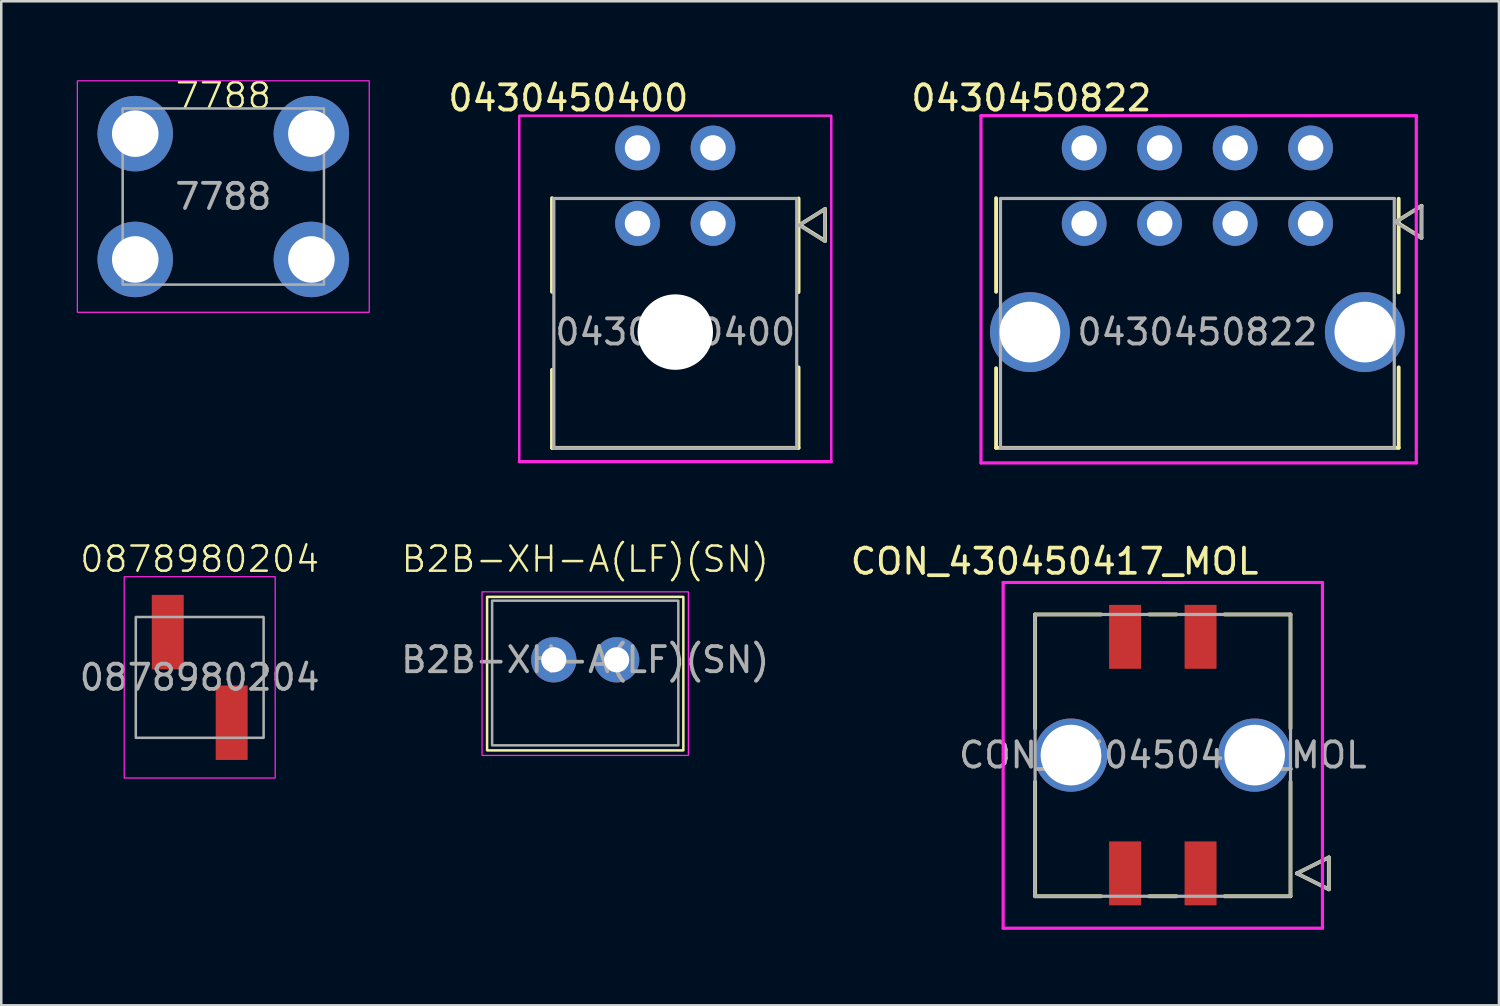
<source format=kicad_pcb>
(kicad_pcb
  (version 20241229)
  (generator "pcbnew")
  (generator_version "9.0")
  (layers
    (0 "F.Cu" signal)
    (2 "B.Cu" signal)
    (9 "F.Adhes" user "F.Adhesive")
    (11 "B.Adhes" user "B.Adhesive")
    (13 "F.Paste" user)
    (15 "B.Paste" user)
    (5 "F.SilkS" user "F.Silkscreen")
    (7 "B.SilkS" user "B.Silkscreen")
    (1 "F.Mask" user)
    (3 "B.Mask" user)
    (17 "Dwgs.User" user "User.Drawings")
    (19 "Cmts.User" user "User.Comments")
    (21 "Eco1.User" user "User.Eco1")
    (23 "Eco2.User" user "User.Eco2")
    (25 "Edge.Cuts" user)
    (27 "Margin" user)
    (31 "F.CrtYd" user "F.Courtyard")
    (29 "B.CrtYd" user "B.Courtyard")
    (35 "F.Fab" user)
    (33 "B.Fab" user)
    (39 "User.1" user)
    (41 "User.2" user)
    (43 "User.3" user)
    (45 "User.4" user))
  (footprint "0430450400"
    (layer "F.Cu")
    (at 23.787 10.148)
    (property "Reference" "0430450400" (at -4.25 -9.3 0) (unlocked yes) (layer "F.SilkS") (effects (font (size 1 1) (thickness 0.15))))
    (attr smd)
    (fp_line (start -4.9 -5.322) (end -4.9 -1.6) (stroke (width 0.152) (type solid)) (layer "F.SilkS"))
    (fp_line (start -4.9 1.5) (end -4.9 4.6) (stroke (width 0.152) (type solid)) (layer "F.SilkS"))
    (fp_line (start -4.9 4.6) (end 4.9 4.6) (stroke (width 0.152) (type solid)) (layer "F.SilkS"))
    (fp_line (start 4.9 -1.589) (end 4.9 -5.311) (stroke (width 0.152) (type solid)) (layer "F.SilkS"))
    (fp_line (start 4.9 4.6) (end 4.9 1.4) (stroke (width 0.152) (type solid)) (layer "F.SilkS"))
    (fp_line (start 4.938 -4.259) (end 5.954 -4.894) (stroke (width 0.152) (type solid)) (layer "F.SilkS"))
    (fp_line (start 5.954 -4.894) (end 5.954 -3.624) (stroke (width 0.152) (type solid)) (layer "F.SilkS"))
    (fp_line (start 5.954 -3.624) (end 4.938 -4.259) (stroke (width 0.152) (type solid)) (layer "F.SilkS"))
    (fp_line (start -6.2 5.15) (end 6.2 5.15) (stroke (width 0.127) (type solid)) (layer "F.CrtYd"))
    (fp_rect (start -6.2 -8.6) (end 6.2 5.15) (stroke (width 0.1) (type default)) (fill no) (layer "F.CrtYd"))
    (fp_line (start -4.826 -5.31) (end -4.826 4.6) (stroke (width 0.127) (type solid)) (layer "F.Fab"))
    (fp_line (start -4.826 4.6) (end 4.826 4.6) (stroke (width 0.127) (type solid)) (layer "F.Fab"))
    (fp_line (start 4.826 -5.31) (end -4.826 -5.31) (stroke (width 0.127) (type solid)) (layer "F.Fab"))
    (fp_line (start 4.826 4.6) (end 4.826 -5.31) (stroke (width 0.127) (type solid)) (layer "F.Fab"))
    (fp_line (start 4.938 -4.259) (end 5.954 -4.894) (stroke (width 0.127) (type solid)) (layer "F.Fab"))
    (fp_line (start 5.946 -3.606) (end 4.93 -4.241) (stroke (width 0.127) (type solid)) (layer "F.Fab"))
    (fp_line (start 5.954 -4.894) (end 5.946 -3.606) (stroke (width 0.127) (type solid)) (layer "F.Fab"))
    (fp_text user "${REFERENCE}" (at 0 0 0) (unlocked yes) (layer "F.Fab") (effects (font (size 1 1) (thickness 0.15))))
    (pad "" np_thru_hole circle (at 0 0) (size 3 3) (drill 3) (layers "*.Cu" "*.Mask"))
    (pad "1" thru_hole circle (at 1.5 -4.318) (size 1.778 1.778) (drill 1.016) (layers "*.Cu" "*.Mask"))
    (pad "2" thru_hole circle (at -1.5 -4.318) (size 1.778 1.778) (drill 1.016) (layers "*.Cu" "*.Mask"))
    (pad "3" thru_hole circle (at 1.5 -7.318) (size 1.778 1.778) (drill 1.016) (layers "*.Cu" "*.Mask"))
    (pad "4" thru_hole circle (at -1.5 -7.318) (size 1.778 1.778) (drill 1.016) (layers "*.Cu" "*.Mask")))
  (footprint "B2B-XH-A(LF)(SN)"
    (layer "F.Cu")
    (at 20.208 23.172)
    (property "Reference" "B2B-XH-A(LF)(SN)" (at 0 -4 0) (unlocked yes) (layer "F.SilkS") (effects (font (size 1 1) (thickness 0.1))))
    (attr through_hole)
    (fp_rect (start -3.9 -2.5) (end 3.9 3.6) (stroke (width 0.1) (type default)) (fill no) (layer "F.SilkS"))
    (fp_rect (start -4.1 -2.7) (end 4.1 3.8) (stroke (width 0.05) (type default)) (fill no) (layer "F.CrtYd"))
    (fp_rect (start -3.7 -2.35) (end 3.7 3.4) (stroke (width 0.1) (type default)) (fill no) (layer "F.Fab"))
    (fp_text user "${REFERENCE}" (at 0 0 0) (unlocked yes) (layer "F.Fab") (effects (font (size 1 1) (thickness 0.15))))
    (pad "1" thru_hole circle (at -1.25 0) (size 1.8 1.8) (drill 1) (layers "*.Cu" "*.Mask"))
    (pad "2" thru_hole circle (at 1.25 0) (size 1.8 1.8) (drill 1) (layers "*.Cu" "*.Mask")))
  (footprint "7788"
    (layer "F.Cu")
    (at 5.825 4.761)
    (property "Reference" "7788" (at 0 -4 0) (unlocked yes) (layer "F.SilkS") (effects (font (size 1 1) (thickness 0.1))))
    (attr through_hole)
    (fp_rect (start -5.8 -4.6) (end 5.8 4.6) (stroke (width 0.05) (type default)) (fill no) (layer "F.CrtYd"))
    (fp_rect (start -4 -3.5) (end 4 3.5) (stroke (width 0.1) (type default)) (fill no) (layer "F.Fab"))
    (fp_text user "${REFERENCE}" (at 0 0 0) (unlocked yes) (layer "F.Fab") (effects (font (size 1 1) (thickness 0.15))))
    (pad "1" thru_hole circle (at -3.5 -2.5) (size 3 3) (drill 1.85) (layers "*.Cu" "*.Mask"))
    (pad "1" thru_hole circle (at -3.5 2.5) (size 3 3) (drill 1.85) (layers "*.Cu" "*.Mask"))
    (pad "1" thru_hole circle (at 3.5 -2.5) (size 3 3) (drill 1.85) (layers "*.Cu" "*.Mask"))
    (pad "1" thru_hole circle (at 3.5 2.5) (size 3 3) (drill 1.85) (layers "*.Cu" "*.Mask")))
  (footprint "CON_430450417_MOL"
    (layer "F.Cu")
    (at 43.163 26.96)
    (property "Reference" "CON_430450417_MOL" (at -4.3 -7.7 0) (unlocked yes) (layer "F.SilkS") (effects (font (size 1 1) (thickness 0.15))))
    (attr smd)
    (fp_line (start -5.075 -5.59) (end -5.075 -1.058) (stroke (width 0.152) (type solid)) (layer "F.SilkS"))
    (fp_line (start -5.075 1.058) (end -5.075 5.61) (stroke (width 0.152) (type solid)) (layer "F.SilkS"))
    (fp_line (start -5.075 5.61) (end -2.455 5.61) (stroke (width 0.152) (type solid)) (layer "F.SilkS"))
    (fp_line (start -2.455 -5.59) (end -5.075 -5.59) (stroke (width 0.152) (type solid)) (layer "F.SilkS"))
    (fp_line (start -0.545 5.61) (end 0.545 5.61) (stroke (width 0.152) (type solid)) (layer "F.SilkS"))
    (fp_line (start 0.545 -5.59) (end -0.545 -5.59) (stroke (width 0.152) (type solid)) (layer "F.SilkS"))
    (fp_line (start 2.455 5.61) (end 5.075 5.61) (stroke (width 0.152) (type solid)) (layer "F.SilkS"))
    (fp_line (start 5.075 -5.59) (end 2.455 -5.59) (stroke (width 0.152) (type solid)) (layer "F.SilkS"))
    (fp_line (start 5.075 -1.058) (end 5.075 -5.59) (stroke (width 0.152) (type solid)) (layer "F.SilkS"))
    (fp_line (start 5.075 5.61) (end 5.075 1.058) (stroke (width 0.152) (type solid)) (layer "F.SilkS"))
    (fp_line (start 5.329 4.7) (end 6.599 4.065) (stroke (width 0.152) (type solid)) (layer "F.SilkS"))
    (fp_line (start 6.599 4.065) (end 6.599 5.335) (stroke (width 0.152) (type solid)) (layer "F.SilkS"))
    (fp_line (start 6.599 5.335) (end 5.329 4.7) (stroke (width 0.152) (type solid)) (layer "F.SilkS"))
    (fp_line (start -6.345 -6.86) (end -6.345 6.88) (stroke (width 0.127) (type solid)) (layer "F.CrtYd"))
    (fp_line (start -6.345 6.88) (end 6.345 6.88) (stroke (width 0.127) (type solid)) (layer "F.CrtYd"))
    (fp_line (start 6.345 -6.86) (end -6.345 -6.86) (stroke (width 0.127) (type solid)) (layer "F.CrtYd"))
    (fp_line (start 6.345 6.88) (end 6.345 -6.86) (stroke (width 0.127) (type solid)) (layer "F.CrtYd"))
    (fp_line (start -5.075 -5.59) (end -5.075 5.61) (stroke (width 0.127) (type solid)) (layer "F.Fab"))
    (fp_line (start -5.075 5.61) (end 5.075 5.61) (stroke (width 0.127) (type solid)) (layer "F.Fab"))
    (fp_line (start 5.075 -5.59) (end -5.075 -5.59) (stroke (width 0.127) (type solid)) (layer "F.Fab"))
    (fp_line (start 5.075 5.61) (end 5.075 -5.59) (stroke (width 0.127) (type solid)) (layer "F.Fab"))
    (fp_line (start 5.329 4.7) (end 6.599 4.065) (stroke (width 0.127) (type solid)) (layer "F.Fab"))
    (fp_line (start 6.599 4.065) (end 6.599 5.335) (stroke (width 0.127) (type solid)) (layer "F.Fab"))
    (fp_line (start 6.599 5.335) (end 5.329 4.7) (stroke (width 0.127) (type solid)) (layer "F.Fab"))
    (fp_text user "${REFERENCE}" (at 0 0 0) (unlocked yes) (layer "F.Fab") (effects (font (size 1 1) (thickness 0.15))))
    (pad "1" smd rect (at 1.5 4.7) (size 1.27 2.54) (layers "F.Cu" "F.Mask" "F.Paste"))
    (pad "2" smd rect (at -1.5 4.7) (size 1.27 2.54) (layers "F.Cu" "F.Mask" "F.Paste"))
    (pad "3" smd rect (at 1.5 -4.7) (size 1.27 2.54) (layers "F.Cu" "F.Mask" "F.Paste"))
    (pad "4" smd rect (at -1.5 -4.7) (size 1.27 2.54) (layers "F.Cu" "F.Mask" "F.Paste"))
    (pad "P1" thru_hole circle (at 3.65 0) (size 2.91 2.91) (drill 2.41) (layers "*.Cu" "*.Mask"))
    (pad "P2" thru_hole circle (at -3.65 0) (size 2.91 2.91) (drill 2.41) (layers "*.Cu" "*.Mask")))
  (footprint "0878980204"
    (layer "F.Cu")
    (at 4.887 23.872)
    (property "Reference" "0878980204" (at 0 -4.7 0) (unlocked yes) (layer "F.SilkS") (effects (font (size 1 1) (thickness 0.1))))
    (attr smd)
    (fp_rect (start -3 -4) (end 3 4) (stroke (width 0.05) (type default)) (fill no) (layer "F.CrtYd"))
    (fp_rect (start -2.54 -2.4) (end 2.54 2.4) (stroke (width 0.1) (type default)) (fill no) (layer "F.Fab"))
    (fp_text user "${REFERENCE}" (at 0 0 0) (unlocked yes) (layer "F.Fab") (effects (font (size 1 1) (thickness 0.15))))
    (pad "1" smd rect (at -1.27 -1.8) (size 1.27 2.96) (layers "F.Cu" "F.Mask" "F.Paste"))
    (pad "2" smd rect (at 1.27 1.8) (size 1.27 2.96) (layers "F.Cu" "F.Mask" "F.Paste")))
  (footprint "0430450822"
    (layer "F.Cu")
    (at 44.537 10.148)
    (property "Reference" "0430450822" (at -6.6 -9.3 0) (unlocked yes) (layer "F.SilkS") (effects (font (size 1 1) (thickness 0.15))))
    (attr smd)
    (fp_line (start -8 -5.322) (end -8 -1.6) (stroke (width 0.152) (type solid)) (layer "F.SilkS"))
    (fp_line (start -8 1.434) (end -8 4.6) (stroke (width 0.152) (type solid)) (layer "F.SilkS"))
    (fp_line (start -8 4.6) (end 8 4.6) (stroke (width 0.152) (type solid)) (layer "F.SilkS"))
    (fp_line (start 7.892 -4.383) (end 8.908 -5.018) (stroke (width 0.152) (type solid)) (layer "F.SilkS"))
    (fp_line (start 8 -1.578) (end 8 -5.3) (stroke (width 0.152) (type solid)) (layer "F.SilkS"))
    (fp_line (start 8 4.6) (end 8 1.4) (stroke (width 0.152) (type solid)) (layer "F.SilkS"))
    (fp_line (start 8.908 -5.018) (end 8.908 -3.748) (stroke (width 0.152) (type solid)) (layer "F.SilkS"))
    (fp_line (start 8.908 -3.748) (end 7.892 -4.383) (stroke (width 0.152) (type solid)) (layer "F.SilkS"))
    (fp_line (start -8.6 -8.6) (end -8.6 5.2) (stroke (width 0.127) (type solid)) (layer "F.CrtYd"))
    (fp_line (start -8.6 5.2) (end 8.7 5.2) (stroke (width 0.127) (type solid)) (layer "F.CrtYd"))
    (fp_line (start 8.7 -8.6) (end -8.6 -8.6) (stroke (width 0.127) (type solid)) (layer "F.CrtYd"))
    (fp_line (start 8.7 5.2) (end 8.7 -8.6) (stroke (width 0.127) (type solid)) (layer "F.CrtYd"))
    (fp_line (start -7.825 -5.31) (end -7.825 4.6) (stroke (width 0.127) (type solid)) (layer "F.Fab"))
    (fp_line (start -7.825 4.6) (end 7.825 4.6) (stroke (width 0.127) (type solid)) (layer "F.Fab"))
    (fp_line (start 7.825 -5.31) (end -7.825 -5.31) (stroke (width 0.127) (type solid)) (layer "F.Fab"))
    (fp_line (start 7.825 4.6) (end 7.825 -5.31) (stroke (width 0.127) (type solid)) (layer "F.Fab"))
    (fp_line (start 7.892 -4.383) (end 8.908 -5.018) (stroke (width 0.127) (type solid)) (layer "F.Fab"))
    (fp_line (start 8.9 -3.73) (end 7.884 -4.365) (stroke (width 0.127) (type solid)) (layer "F.Fab"))
    (fp_line (start 8.908 -5.018) (end 8.9 -3.73) (stroke (width 0.127) (type solid)) (layer "F.Fab"))
    (fp_text user "${REFERENCE}" (at 0 0 0) (unlocked yes) (layer "F.Fab") (effects (font (size 1 1) (thickness 0.15))))
    (pad "1" thru_hole circle (at 4.5 -4.318) (size 1.778 1.778) (drill 1.016) (layers "*.Cu" "*.Mask"))
    (pad "2" thru_hole circle (at 1.5 -4.318) (size 1.778 1.778) (drill 1.016) (layers "*.Cu" "*.Mask"))
    (pad "3" thru_hole circle (at -1.5 -4.318) (size 1.778 1.778) (drill 1.016) (layers "*.Cu" "*.Mask"))
    (pad "4" thru_hole circle (at -4.5 -4.318) (size 1.778 1.778) (drill 1.016) (layers "*.Cu" "*.Mask"))
    (pad "5" thru_hole circle (at 4.5 -7.318) (size 1.778 1.778) (drill 1.016) (layers "*.Cu" "*.Mask"))
    (pad "6" thru_hole circle (at 1.5 -7.318) (size 1.778 1.778) (drill 1.016) (layers "*.Cu" "*.Mask"))
    (pad "7" thru_hole circle (at -1.5 -7.318) (size 1.778 1.778) (drill 1.016) (layers "*.Cu" "*.Mask"))
    (pad "8" thru_hole circle (at -4.5 -7.318) (size 1.778 1.778) (drill 1.016) (layers "*.Cu" "*.Mask"))
    (pad "S1" thru_hole circle (at 6.655 0) (size 3.175 3.175) (drill 2.413) (layers "*.Cu" "*.Mask"))
    (pad "S2" thru_hole circle (at -6.655 0) (size 3.175 3.175) (drill 2.413) (layers "*.Cu" "*.Mask")))
  (gr_rect
    (start -3 -3)
    (end 56.522 36.903)
    (stroke (width 0.1) (type default))
    (fill no)
    (layer "Edge.Cuts")))
</source>
